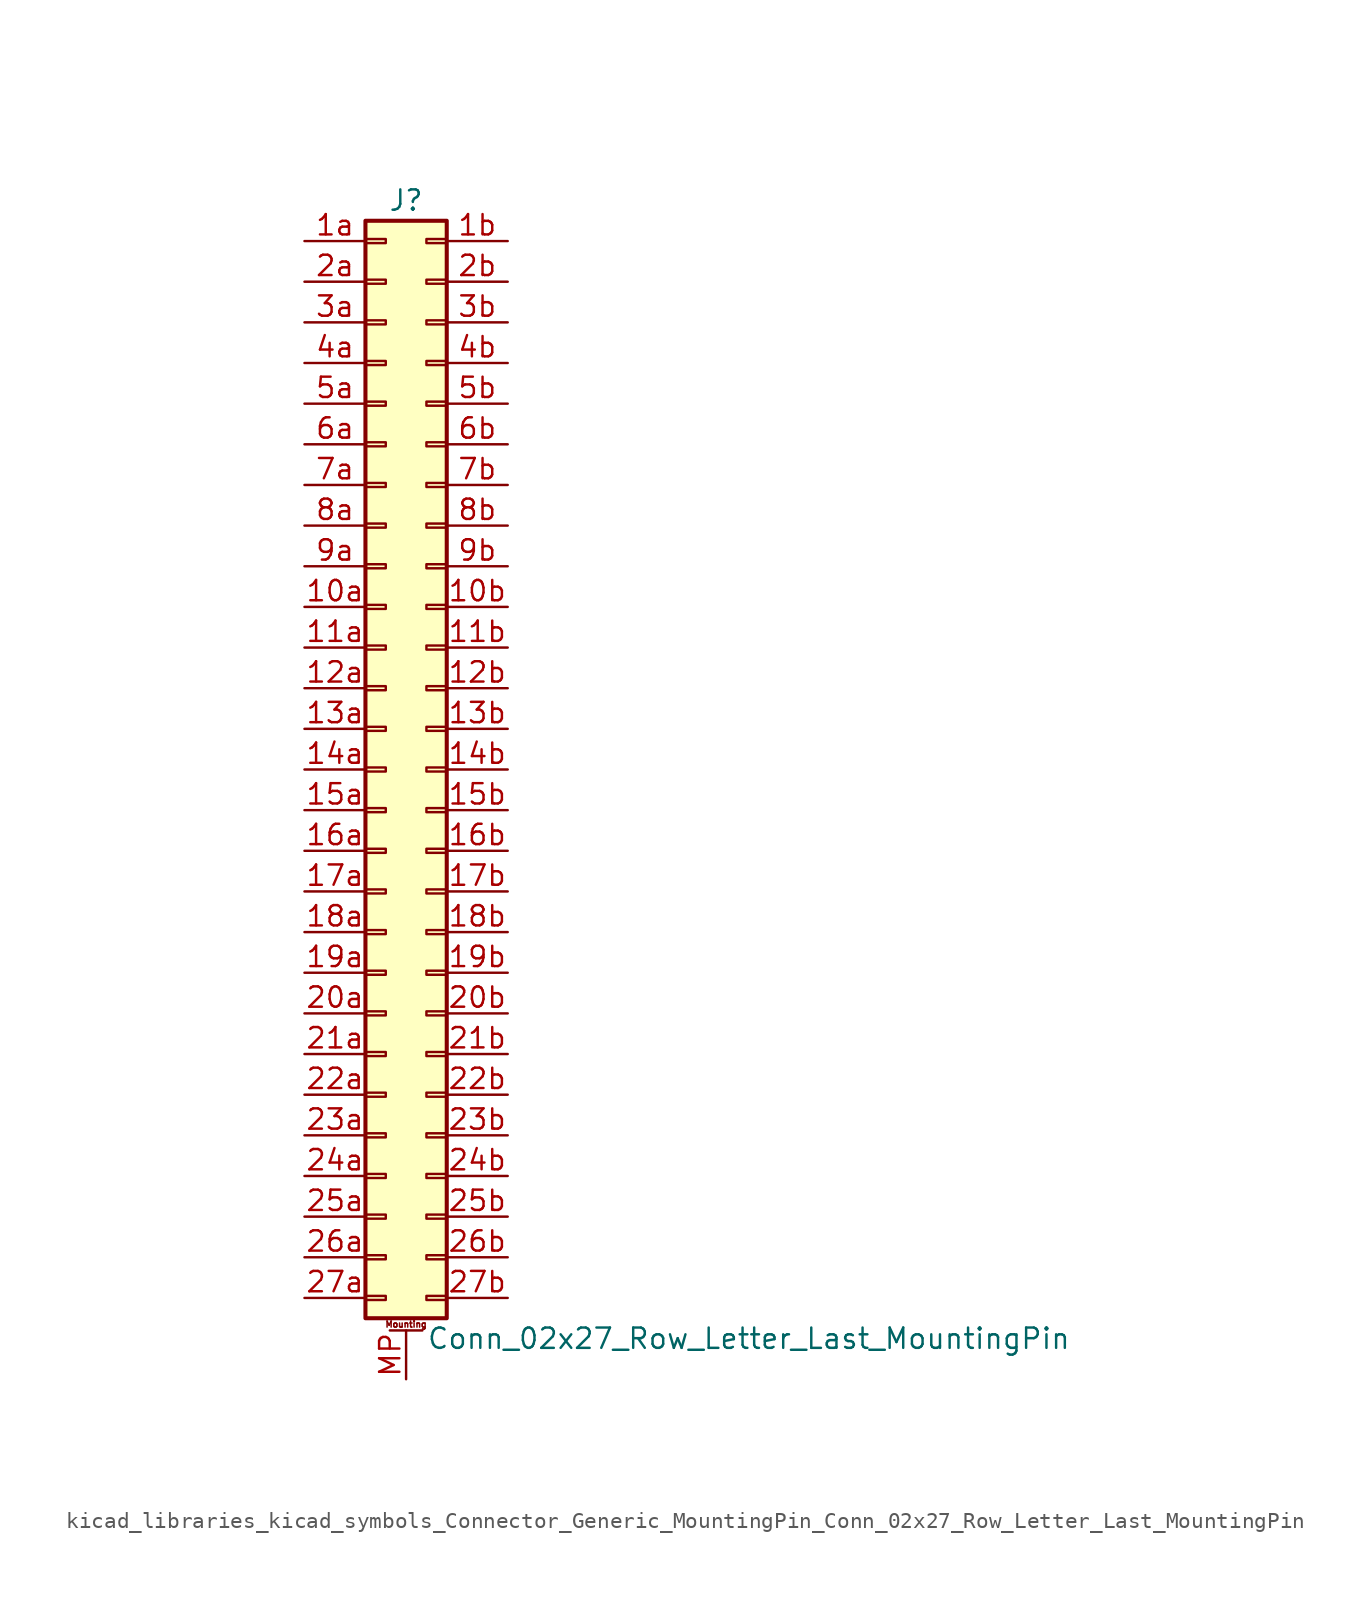
<source format=kicad_sym>
(kicad_symbol_lib
  (version 20220914)
  (generator kicad_symbol_editor)
  (symbol "kicad_libraries_kicad_symbols_Connector_Generic_MountingPin_Conn_02x27_Row_Letter_Last_MountingPin"
    (pin_names
      (offset 1.016) hide)
    (property "Reference" "J"
      (at 1.27 35.56 0)
      (effects (font (size 1.27 1.27))))
    (property "Value" "Conn_02x27_Row_Letter_Last_MountingPin"
      (at 2.54 -35.56 0)
      (effects (font (size 1.27 1.27)) (justify left)))
    (symbol "kicad_libraries_kicad_symbols_Connector_Generic_MountingPin_Conn_02x27_Row_Letter_Last_MountingPin_1_1"
      (rectangle (start -1.27 -32.893) (end 0 -33.147) (stroke (width 0.152) (type default)) (fill (type none)))
      (rectangle (start -1.27 -30.353) (end 0 -30.607) (stroke (width 0.152) (type default)) (fill (type none)))
      (rectangle (start -1.27 -27.813) (end 0 -28.067) (stroke (width 0.152) (type default)) (fill (type none)))
      (rectangle (start -1.27 -25.273) (end 0 -25.527) (stroke (width 0.152) (type default)) (fill (type none)))
      (rectangle (start -1.27 -22.733) (end 0 -22.987) (stroke (width 0.152) (type default)) (fill (type none)))
      (rectangle (start -1.27 -20.193) (end 0 -20.447) (stroke (width 0.152) (type default)) (fill (type none)))
      (rectangle (start -1.27 -17.653) (end 0 -17.907) (stroke (width 0.152) (type default)) (fill (type none)))
      (rectangle (start -1.27 -15.113) (end 0 -15.367) (stroke (width 0.152) (type default)) (fill (type none)))
      (rectangle (start -1.27 -12.573) (end 0 -12.827) (stroke (width 0.152) (type default)) (fill (type none)))
      (rectangle (start -1.27 -10.033) (end 0 -10.287) (stroke (width 0.152) (type default)) (fill (type none)))
      (rectangle (start -1.27 -7.493) (end 0 -7.747) (stroke (width 0.152) (type default)) (fill (type none)))
      (rectangle (start -1.27 -4.953) (end 0 -5.207) (stroke (width 0.152) (type default)) (fill (type none)))
      (rectangle (start -1.27 -2.413) (end 0 -2.667) (stroke (width 0.152) (type default)) (fill (type none)))
      (rectangle (start -1.27 0.127) (end 0 -0.127) (stroke (width 0.152) (type default)) (fill (type none)))
      (rectangle (start -1.27 2.667) (end 0 2.413) (stroke (width 0.152) (type default)) (fill (type none)))
      (rectangle (start -1.27 5.207) (end 0 4.953) (stroke (width 0.152) (type default)) (fill (type none)))
      (rectangle (start -1.27 7.747) (end 0 7.493) (stroke (width 0.152) (type default)) (fill (type none)))
      (rectangle (start -1.27 10.287) (end 0 10.033) (stroke (width 0.152) (type default)) (fill (type none)))
      (rectangle (start -1.27 12.827) (end 0 12.573) (stroke (width 0.152) (type default)) (fill (type none)))
      (rectangle (start -1.27 15.367) (end 0 15.113) (stroke (width 0.152) (type default)) (fill (type none)))
      (rectangle (start -1.27 17.907) (end 0 17.653) (stroke (width 0.152) (type default)) (fill (type none)))
      (rectangle (start -1.27 20.447) (end 0 20.193) (stroke (width 0.152) (type default)) (fill (type none)))
      (rectangle (start -1.27 22.987) (end 0 22.733) (stroke (width 0.152) (type default)) (fill (type none)))
      (rectangle (start -1.27 25.527) (end 0 25.273) (stroke (width 0.152) (type default)) (fill (type none)))
      (rectangle (start -1.27 28.067) (end 0 27.813) (stroke (width 0.152) (type default)) (fill (type none)))
      (rectangle (start -1.27 30.607) (end 0 30.353) (stroke (width 0.152) (type default)) (fill (type none)))
      (rectangle (start -1.27 33.147) (end 0 32.893) (stroke (width 0.152) (type default)) (fill (type none)))
      (rectangle (start -1.27 34.29) (end 3.81 -34.29) (stroke (width 0.254) (type default)) (fill (type background)))
      (polyline (pts (xy 0.254 -35.052) (xy 2.286 -35.052)) (stroke (width 0.152) (type default)) (fill (type none)))
      (rectangle (start 3.81 -32.893) (end 2.54 -33.147) (stroke (width 0.152) (type default)) (fill (type none)))
      (rectangle (start 3.81 -30.353) (end 2.54 -30.607) (stroke (width 0.152) (type default)) (fill (type none)))
      (rectangle (start 3.81 -27.813) (end 2.54 -28.067) (stroke (width 0.152) (type default)) (fill (type none)))
      (rectangle (start 3.81 -25.273) (end 2.54 -25.527) (stroke (width 0.152) (type default)) (fill (type none)))
      (rectangle (start 3.81 -22.733) (end 2.54 -22.987) (stroke (width 0.152) (type default)) (fill (type none)))
      (rectangle (start 3.81 -20.193) (end 2.54 -20.447) (stroke (width 0.152) (type default)) (fill (type none)))
      (rectangle (start 3.81 -17.653) (end 2.54 -17.907) (stroke (width 0.152) (type default)) (fill (type none)))
      (rectangle (start 3.81 -15.113) (end 2.54 -15.367) (stroke (width 0.152) (type default)) (fill (type none)))
      (rectangle (start 3.81 -12.573) (end 2.54 -12.827) (stroke (width 0.152) (type default)) (fill (type none)))
      (rectangle (start 3.81 -10.033) (end 2.54 -10.287) (stroke (width 0.152) (type default)) (fill (type none)))
      (rectangle (start 3.81 -7.493) (end 2.54 -7.747) (stroke (width 0.152) (type default)) (fill (type none)))
      (rectangle (start 3.81 -4.953) (end 2.54 -5.207) (stroke (width 0.152) (type default)) (fill (type none)))
      (rectangle (start 3.81 -2.413) (end 2.54 -2.667) (stroke (width 0.152) (type default)) (fill (type none)))
      (rectangle (start 3.81 0.127) (end 2.54 -0.127) (stroke (width 0.152) (type default)) (fill (type none)))
      (rectangle (start 3.81 2.667) (end 2.54 2.413) (stroke (width 0.152) (type default)) (fill (type none)))
      (rectangle (start 3.81 5.207) (end 2.54 4.953) (stroke (width 0.152) (type default)) (fill (type none)))
      (rectangle (start 3.81 7.747) (end 2.54 7.493) (stroke (width 0.152) (type default)) (fill (type none)))
      (rectangle (start 3.81 10.287) (end 2.54 10.033) (stroke (width 0.152) (type default)) (fill (type none)))
      (rectangle (start 3.81 12.827) (end 2.54 12.573) (stroke (width 0.152) (type default)) (fill (type none)))
      (rectangle (start 3.81 15.367) (end 2.54 15.113) (stroke (width 0.152) (type default)) (fill (type none)))
      (rectangle (start 3.81 17.907) (end 2.54 17.653) (stroke (width 0.152) (type default)) (fill (type none)))
      (rectangle (start 3.81 20.447) (end 2.54 20.193) (stroke (width 0.152) (type default)) (fill (type none)))
      (rectangle (start 3.81 22.987) (end 2.54 22.733) (stroke (width 0.152) (type default)) (fill (type none)))
      (rectangle (start 3.81 25.527) (end 2.54 25.273) (stroke (width 0.152) (type default)) (fill (type none)))
      (rectangle (start 3.81 28.067) (end 2.54 27.813) (stroke (width 0.152) (type default)) (fill (type none)))
      (rectangle (start 3.81 30.607) (end 2.54 30.353) (stroke (width 0.152) (type default)) (fill (type none)))
      (rectangle (start 3.81 33.147) (end 2.54 32.893) (stroke (width 0.152) (type default)) (fill (type none)))
      (text "Mounting" (at 1.27 -34.671 0) (effects (font (size 0.381 0.381))))
      (pin passive line (at -5.08 10.16 0) (length 3.81) (name "Pin_10a" (effects (font (size 1.27 1.27)))) (number "10a" (effects (font (size 1.27 1.27)))))
      (pin passive line (at 7.62 10.16 180) (length 3.81) (name "Pin_10b" (effects (font (size 1.27 1.27)))) (number "10b" (effects (font (size 1.27 1.27)))))
      (pin passive line (at -5.08 7.62 0) (length 3.81) (name "Pin_11a" (effects (font (size 1.27 1.27)))) (number "11a" (effects (font (size 1.27 1.27)))))
      (pin passive line (at 7.62 7.62 180) (length 3.81) (name "Pin_11b" (effects (font (size 1.27 1.27)))) (number "11b" (effects (font (size 1.27 1.27)))))
      (pin passive line (at -5.08 5.08 0) (length 3.81) (name "Pin_12a" (effects (font (size 1.27 1.27)))) (number "12a" (effects (font (size 1.27 1.27)))))
      (pin passive line (at 7.62 5.08 180) (length 3.81) (name "Pin_12b" (effects (font (size 1.27 1.27)))) (number "12b" (effects (font (size 1.27 1.27)))))
      (pin passive line (at -5.08 2.54 0) (length 3.81) (name "Pin_13a" (effects (font (size 1.27 1.27)))) (number "13a" (effects (font (size 1.27 1.27)))))
      (pin passive line (at 7.62 2.54 180) (length 3.81) (name "Pin_13b" (effects (font (size 1.27 1.27)))) (number "13b" (effects (font (size 1.27 1.27)))))
      (pin passive line (at -5.08 0 0) (length 3.81) (name "Pin_14a" (effects (font (size 1.27 1.27)))) (number "14a" (effects (font (size 1.27 1.27)))))
      (pin passive line (at 7.62 0 180) (length 3.81) (name "Pin_14b" (effects (font (size 1.27 1.27)))) (number "14b" (effects (font (size 1.27 1.27)))))
      (pin passive line (at -5.08 -2.54 0) (length 3.81) (name "Pin_15a" (effects (font (size 1.27 1.27)))) (number "15a" (effects (font (size 1.27 1.27)))))
      (pin passive line (at 7.62 -2.54 180) (length 3.81) (name "Pin_15b" (effects (font (size 1.27 1.27)))) (number "15b" (effects (font (size 1.27 1.27)))))
      (pin passive line (at -5.08 -5.08 0) (length 3.81) (name "Pin_16a" (effects (font (size 1.27 1.27)))) (number "16a" (effects (font (size 1.27 1.27)))))
      (pin passive line (at 7.62 -5.08 180) (length 3.81) (name "Pin_16b" (effects (font (size 1.27 1.27)))) (number "16b" (effects (font (size 1.27 1.27)))))
      (pin passive line (at -5.08 -7.62 0) (length 3.81) (name "Pin_17a" (effects (font (size 1.27 1.27)))) (number "17a" (effects (font (size 1.27 1.27)))))
      (pin passive line (at 7.62 -7.62 180) (length 3.81) (name "Pin_17b" (effects (font (size 1.27 1.27)))) (number "17b" (effects (font (size 1.27 1.27)))))
      (pin passive line (at -5.08 -10.16 0) (length 3.81) (name "Pin_18a" (effects (font (size 1.27 1.27)))) (number "18a" (effects (font (size 1.27 1.27)))))
      (pin passive line (at 7.62 -10.16 180) (length 3.81) (name "Pin_18b" (effects (font (size 1.27 1.27)))) (number "18b" (effects (font (size 1.27 1.27)))))
      (pin passive line (at -5.08 -12.7 0) (length 3.81) (name "Pin_19a" (effects (font (size 1.27 1.27)))) (number "19a" (effects (font (size 1.27 1.27)))))
      (pin passive line (at 7.62 -12.7 180) (length 3.81) (name "Pin_19b" (effects (font (size 1.27 1.27)))) (number "19b" (effects (font (size 1.27 1.27)))))
      (pin passive line (at -5.08 33.02 0) (length 3.81) (name "Pin_1a" (effects (font (size 1.27 1.27)))) (number "1a" (effects (font (size 1.27 1.27)))))
      (pin passive line (at 7.62 33.02 180) (length 3.81) (name "Pin_1b" (effects (font (size 1.27 1.27)))) (number "1b" (effects (font (size 1.27 1.27)))))
      (pin passive line (at -5.08 -15.24 0) (length 3.81) (name "Pin_20a" (effects (font (size 1.27 1.27)))) (number "20a" (effects (font (size 1.27 1.27)))))
      (pin passive line (at 7.62 -15.24 180) (length 3.81) (name "Pin_20b" (effects (font (size 1.27 1.27)))) (number "20b" (effects (font (size 1.27 1.27)))))
      (pin passive line (at -5.08 -17.78 0) (length 3.81) (name "Pin_21a" (effects (font (size 1.27 1.27)))) (number "21a" (effects (font (size 1.27 1.27)))))
      (pin passive line (at 7.62 -17.78 180) (length 3.81) (name "Pin_21b" (effects (font (size 1.27 1.27)))) (number "21b" (effects (font (size 1.27 1.27)))))
      (pin passive line (at -5.08 -20.32 0) (length 3.81) (name "Pin_22a" (effects (font (size 1.27 1.27)))) (number "22a" (effects (font (size 1.27 1.27)))))
      (pin passive line (at 7.62 -20.32 180) (length 3.81) (name "Pin_22b" (effects (font (size 1.27 1.27)))) (number "22b" (effects (font (size 1.27 1.27)))))
      (pin passive line (at -5.08 -22.86 0) (length 3.81) (name "Pin_23a" (effects (font (size 1.27 1.27)))) (number "23a" (effects (font (size 1.27 1.27)))))
      (pin passive line (at 7.62 -22.86 180) (length 3.81) (name "Pin_23b" (effects (font (size 1.27 1.27)))) (number "23b" (effects (font (size 1.27 1.27)))))
      (pin passive line (at -5.08 -25.4 0) (length 3.81) (name "Pin_24a" (effects (font (size 1.27 1.27)))) (number "24a" (effects (font (size 1.27 1.27)))))
      (pin passive line (at 7.62 -25.4 180) (length 3.81) (name "Pin_24b" (effects (font (size 1.27 1.27)))) (number "24b" (effects (font (size 1.27 1.27)))))
      (pin passive line (at -5.08 -27.94 0) (length 3.81) (name "Pin_25a" (effects (font (size 1.27 1.27)))) (number "25a" (effects (font (size 1.27 1.27)))))
      (pin passive line (at 7.62 -27.94 180) (length 3.81) (name "Pin_25b" (effects (font (size 1.27 1.27)))) (number "25b" (effects (font (size 1.27 1.27)))))
      (pin passive line (at -5.08 -30.48 0) (length 3.81) (name "Pin_26a" (effects (font (size 1.27 1.27)))) (number "26a" (effects (font (size 1.27 1.27)))))
      (pin passive line (at 7.62 -30.48 180) (length 3.81) (name "Pin_26b" (effects (font (size 1.27 1.27)))) (number "26b" (effects (font (size 1.27 1.27)))))
      (pin passive line (at -5.08 -33.02 0) (length 3.81) (name "Pin_27a" (effects (font (size 1.27 1.27)))) (number "27a" (effects (font (size 1.27 1.27)))))
      (pin passive line (at 7.62 -33.02 180) (length 3.81) (name "Pin_27b" (effects (font (size 1.27 1.27)))) (number "27b" (effects (font (size 1.27 1.27)))))
      (pin passive line (at -5.08 30.48 0) (length 3.81) (name "Pin_2a" (effects (font (size 1.27 1.27)))) (number "2a" (effects (font (size 1.27 1.27)))))
      (pin passive line (at 7.62 30.48 180) (length 3.81) (name "Pin_2b" (effects (font (size 1.27 1.27)))) (number "2b" (effects (font (size 1.27 1.27)))))
      (pin passive line (at -5.08 27.94 0) (length 3.81) (name "Pin_3a" (effects (font (size 1.27 1.27)))) (number "3a" (effects (font (size 1.27 1.27)))))
      (pin passive line (at 7.62 27.94 180) (length 3.81) (name "Pin_3b" (effects (font (size 1.27 1.27)))) (number "3b" (effects (font (size 1.27 1.27)))))
      (pin passive line (at -5.08 25.4 0) (length 3.81) (name "Pin_4a" (effects (font (size 1.27 1.27)))) (number "4a" (effects (font (size 1.27 1.27)))))
      (pin passive line (at 7.62 25.4 180) (length 3.81) (name "Pin_4b" (effects (font (size 1.27 1.27)))) (number "4b" (effects (font (size 1.27 1.27)))))
      (pin passive line (at -5.08 22.86 0) (length 3.81) (name "Pin_5a" (effects (font (size 1.27 1.27)))) (number "5a" (effects (font (size 1.27 1.27)))))
      (pin passive line (at 7.62 22.86 180) (length 3.81) (name "Pin_5b" (effects (font (size 1.27 1.27)))) (number "5b" (effects (font (size 1.27 1.27)))))
      (pin passive line (at -5.08 20.32 0) (length 3.81) (name "Pin_6a" (effects (font (size 1.27 1.27)))) (number "6a" (effects (font (size 1.27 1.27)))))
      (pin passive line (at 7.62 20.32 180) (length 3.81) (name "Pin_6b" (effects (font (size 1.27 1.27)))) (number "6b" (effects (font (size 1.27 1.27)))))
      (pin passive line (at -5.08 17.78 0) (length 3.81) (name "Pin_7a" (effects (font (size 1.27 1.27)))) (number "7a" (effects (font (size 1.27 1.27)))))
      (pin passive line (at 7.62 17.78 180) (length 3.81) (name "Pin_7b" (effects (font (size 1.27 1.27)))) (number "7b" (effects (font (size 1.27 1.27)))))
      (pin passive line (at -5.08 15.24 0) (length 3.81) (name "Pin_8a" (effects (font (size 1.27 1.27)))) (number "8a" (effects (font (size 1.27 1.27)))))
      (pin passive line (at 7.62 15.24 180) (length 3.81) (name "Pin_8b" (effects (font (size 1.27 1.27)))) (number "8b" (effects (font (size 1.27 1.27)))))
      (pin passive line (at -5.08 12.7 0) (length 3.81) (name "Pin_9a" (effects (font (size 1.27 1.27)))) (number "9a" (effects (font (size 1.27 1.27)))))
      (pin passive line (at 7.62 12.7 180) (length 3.81) (name "Pin_9b" (effects (font (size 1.27 1.27)))) (number "9b" (effects (font (size 1.27 1.27)))))
      (pin passive line (at 1.27 -38.1 90) (length 3.048) (name "MountPin" (effects (font (size 1.27 1.27)))) (number "MP" (effects (font (size 1.27 1.27))))))))
</source>
